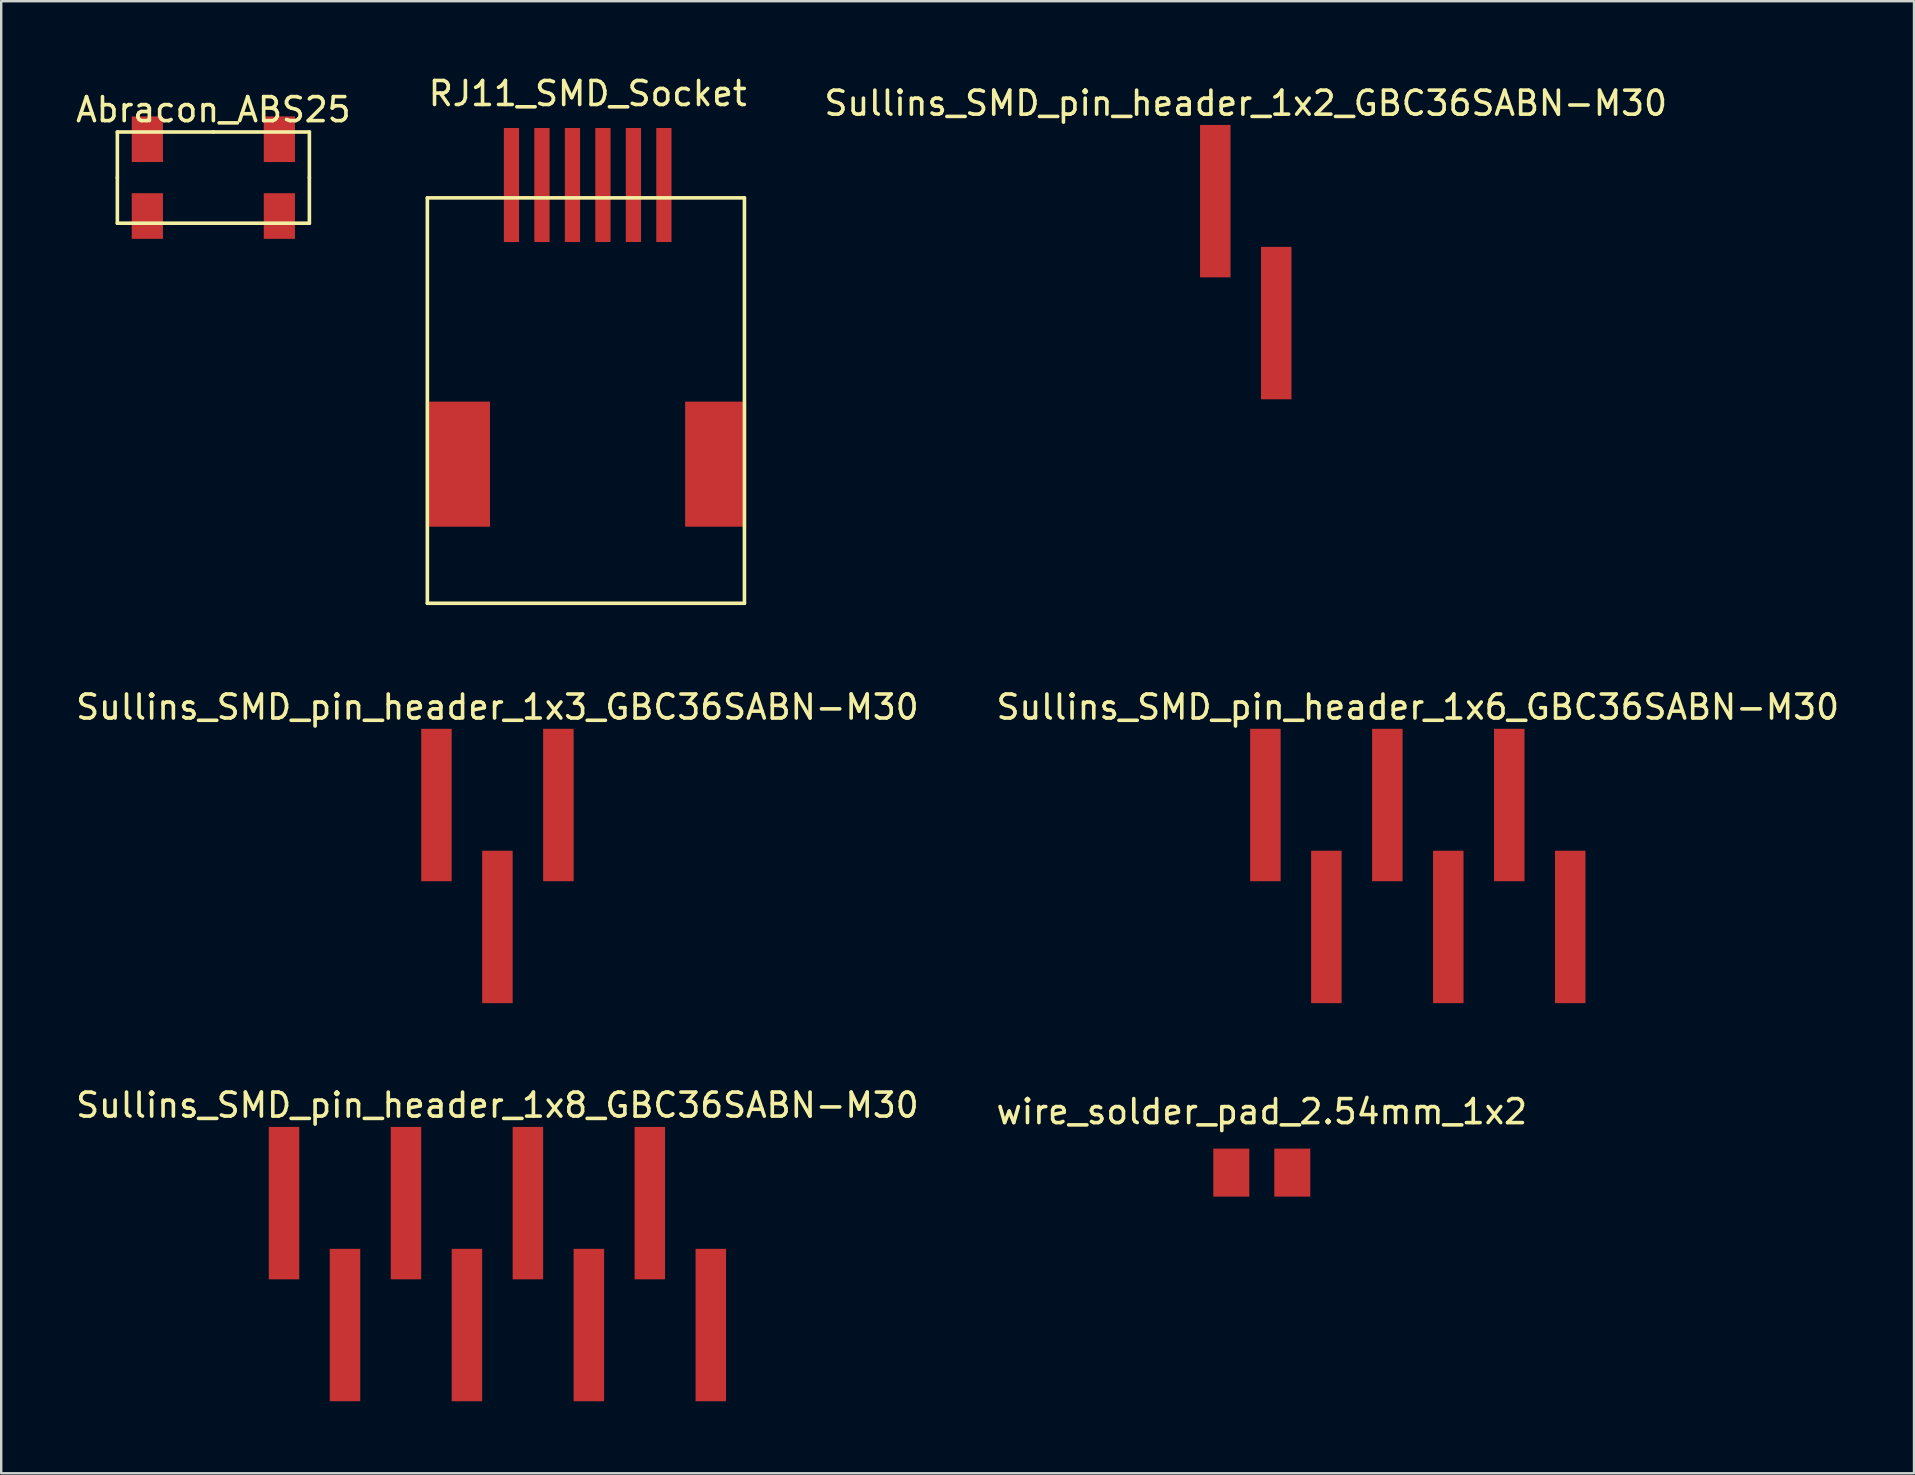
<source format=kicad_pcb>
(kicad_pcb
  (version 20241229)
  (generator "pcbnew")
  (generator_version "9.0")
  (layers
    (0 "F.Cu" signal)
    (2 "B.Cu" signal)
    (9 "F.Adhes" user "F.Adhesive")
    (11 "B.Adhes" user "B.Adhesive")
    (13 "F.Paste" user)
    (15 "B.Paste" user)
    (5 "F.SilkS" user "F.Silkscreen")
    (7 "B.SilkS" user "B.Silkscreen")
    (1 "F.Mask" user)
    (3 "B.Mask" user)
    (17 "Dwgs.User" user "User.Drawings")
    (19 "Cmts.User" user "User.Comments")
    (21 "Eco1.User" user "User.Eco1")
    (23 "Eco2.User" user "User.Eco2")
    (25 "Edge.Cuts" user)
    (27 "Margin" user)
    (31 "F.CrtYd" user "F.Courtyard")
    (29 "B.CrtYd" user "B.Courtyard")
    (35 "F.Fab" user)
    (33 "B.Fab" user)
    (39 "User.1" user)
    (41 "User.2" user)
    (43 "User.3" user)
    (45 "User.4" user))
  (footprint "wire_solder_pad_2.54mm_1x2"
    (layer "F.Cu")
    (at 49.518 41.993)
    (property "Reference" "wire_solder_pad_2.54mm_1x2" (at 0 1.27 0) (layer "F.SilkS") (effects (font (size 1 1) (thickness 0.15))))
    (attr through_hole)
    (pad "1" smd rect (at -1.27 3.81) (size 1.5 2) (layers "F.Cu" "F.Mask" "F.Paste"))
    (pad "2" smd rect (at 1.27 3.81) (size 1.5 2) (layers "F.Cu" "F.Mask" "F.Paste")))
  (footprint "RJ11_SMD_Socket"
    (layer "F.Cu")
    (at 21.434 7.198)
    (property "Reference" "RJ11_SMD_Socket" (at 0 -6.35 0) (layer "F.SilkS") (effects (font (size 1 1) (thickness 0.15))))
    (attr through_hole)
    (fp_line (start -6.68 -2.005) (end -6.68 14.885) (stroke (width 0.15) (type solid)) (layer "F.SilkS"))
    (fp_line (start -6.68 -2.005) (end 6.53 -2.005) (stroke (width 0.15) (type solid)) (layer "F.SilkS"))
    (fp_line (start -6.68 14.885) (end 6.53 14.885) (stroke (width 0.15) (type solid)) (layer "F.SilkS"))
    (fp_line (start 6.53 -2.005) (end 6.53 14.885) (stroke (width 0.15) (type solid)) (layer "F.SilkS"))
    (pad "" smd rect (at -5.34 9.09) (size 2.54 5.21) (layers "F.Cu" "F.Mask" "F.Paste"))
    (pad "" smd rect (at 5.33 9.09) (size 2.54 5.21) (layers "F.Cu" "F.Mask" "F.Paste"))
    (pad "1" smd rect (at -3.175 -2.54) (size 0.635 4.75) (layers "F.Cu" "F.Mask" "F.Paste"))
    (pad "2" smd rect (at -1.905 -2.54) (size 0.635 4.75) (layers "F.Cu" "F.Mask" "F.Paste"))
    (pad "3" smd rect (at -0.635 -2.54) (size 0.635 4.75) (layers "F.Cu" "F.Mask" "F.Paste"))
    (pad "4" smd rect (at 0.635 -2.54) (size 0.635 4.75) (layers "F.Cu" "F.Mask" "F.Paste"))
    (pad "5" smd rect (at 1.905 -2.54) (size 0.635 4.75) (layers "F.Cu" "F.Mask" "F.Paste"))
    (pad "6" smd rect (at 3.175 -2.54) (size 0.635 4.75) (layers "F.Cu" "F.Mask" "F.Paste")))
  (footprint "Sullins_SMD_pin_header_1x6_GBC36SABN-M30"
    (layer "F.Cu")
    (at 56.018 25.408)
    (property "Reference" "Sullins_SMD_pin_header_1x6_GBC36SABN-M30" (at 0 1 0) (layer "F.SilkS") (effects (font (size 1 1) (thickness 0.15))))
    (attr through_hole)
    (pad "1" smd rect (at -6.35 5.08) (size 1.27 6.35) (layers "F.Cu" "F.Mask" "F.Paste"))
    (pad "2" smd rect (at -3.81 10.16) (size 1.27 6.35) (layers "F.Cu" "F.Mask" "F.Paste"))
    (pad "3" smd rect (at -1.27 5.08) (size 1.27 6.35) (layers "F.Cu" "F.Mask" "F.Paste"))
    (pad "4" smd rect (at 1.27 10.16) (size 1.27 6.35) (layers "F.Cu" "F.Mask" "F.Paste"))
    (pad "5" smd rect (at 3.81 5.08) (size 1.27 6.35) (layers "F.Cu" "F.Mask" "F.Paste"))
    (pad "6" smd rect (at 6.35 10.16) (size 1.27 6.35) (layers "F.Cu" "F.Mask" "F.Paste")))
  (footprint "Sullins_SMD_pin_header_1x8_GBC36SABN-M30"
    (layer "F.Cu")
    (at 17.673 41.993)
    (property "Reference" "Sullins_SMD_pin_header_1x8_GBC36SABN-M30" (at 0 1 0) (layer "F.SilkS") (effects (font (size 1 1) (thickness 0.15))))
    (attr through_hole)
    (pad "1" smd rect (at -8.89 5.08) (size 1.27 6.35) (layers "F.Cu" "F.Mask" "F.Paste"))
    (pad "2" smd rect (at -6.35 10.16) (size 1.27 6.35) (layers "F.Cu" "F.Mask" "F.Paste"))
    (pad "3" smd rect (at -3.81 5.08) (size 1.27 6.35) (layers "F.Cu" "F.Mask" "F.Paste"))
    (pad "4" smd rect (at -1.27 10.16) (size 1.27 6.35) (layers "F.Cu" "F.Mask" "F.Paste"))
    (pad "5" smd rect (at 1.27 5.08) (size 1.27 6.35) (layers "F.Cu" "F.Mask" "F.Paste"))
    (pad "6" smd rect (at 3.81 10.16) (size 1.27 6.35) (layers "F.Cu" "F.Mask" "F.Paste"))
    (pad "7" smd rect (at 6.35 5.08) (size 1.27 6.35) (layers "F.Cu" "F.Mask" "F.Paste"))
    (pad "8" smd rect (at 8.89 10.16) (size 1.27 6.35) (layers "F.Cu" "F.Mask" "F.Paste")))
  (footprint "Sullins_SMD_pin_header_1x2_GBC36SABN-M30"
    (layer "F.Cu")
    (at 48.85 0.25)
    (property "Reference" "Sullins_SMD_pin_header_1x2_GBC36SABN-M30" (at 0 1 0) (layer "F.SilkS") (effects (font (size 1 1) (thickness 0.15))))
    (attr through_hole)
    (pad "1" smd rect (at -1.27 5.08) (size 1.27 6.35) (layers "F.Cu" "F.Mask" "F.Paste"))
    (pad "2" smd rect (at 1.27 10.16) (size 1.27 6.35) (layers "F.Cu" "F.Mask" "F.Paste")))
  (footprint "Abracon_ABS25"
    (layer "F.Cu")
    (at 5.839 0.25)
    (property "Reference" "Abracon_ABS25" (at 0 1.27 0) (layer "F.SilkS") (effects (font (size 1 1) (thickness 0.15))))
    (attr through_hole)
    (fp_line (start -4 2.2) (end -4 4.1) (stroke (width 0.15) (type solid)) (layer "F.SilkS"))
    (fp_line (start -4 4.1) (end -4 6) (stroke (width 0.15) (type solid)) (layer "F.SilkS"))
    (fp_line (start -4 6) (end 4 6) (stroke (width 0.15) (type solid)) (layer "F.SilkS"))
    (fp_line (start 0 2.2) (end -4 2.2) (stroke (width 0.15) (type solid)) (layer "F.SilkS"))
    (fp_line (start 4 2.2) (end 0 2.2) (stroke (width 0.15) (type solid)) (layer "F.SilkS"))
    (fp_line (start 4 4.1) (end 4 2.2) (stroke (width 0.15) (type solid)) (layer "F.SilkS"))
    (fp_line (start 4 6) (end 4 4.1) (stroke (width 0.15) (type solid)) (layer "F.SilkS"))
    (pad "1" smd rect (at -2.75 5.7) (size 1.3 1.9) (layers "F.Cu" "F.Mask" "F.Paste"))
    (pad "2" smd rect (at 2.75 5.7) (size 1.3 1.9) (layers "F.Cu" "F.Mask" "F.Paste"))
    (pad "3" smd rect (at 2.75 2.5) (size 1.3 1.9) (layers "F.Cu" "F.Mask" "F.Paste"))
    (pad "4" smd rect (at -2.75 2.5) (size 1.3 1.9) (layers "F.Cu" "F.Mask" "F.Paste")))
  (footprint "Sullins_SMD_pin_header_1x3_GBC36SABN-M30"
    (layer "F.Cu")
    (at 17.673 25.408)
    (property "Reference" "Sullins_SMD_pin_header_1x3_GBC36SABN-M30" (at 0 1 0) (layer "F.SilkS") (effects (font (size 1 1) (thickness 0.15))))
    (attr through_hole)
    (pad "1" smd rect (at -2.54 5.08) (size 1.27 6.35) (layers "F.Cu" "F.Mask" "F.Paste"))
    (pad "2" smd rect (at 0 10.16) (size 1.27 6.35) (layers "F.Cu" "F.Mask" "F.Paste"))
    (pad "3" smd rect (at 2.54 5.08) (size 1.27 6.35) (layers "F.Cu" "F.Mask" "F.Paste")))
  (gr_rect
    (start -3 -3)
    (end 76.69 58.328)
    (stroke (width 0.1) (type default))
    (fill no)
    (layer "Edge.Cuts")))
</source>
